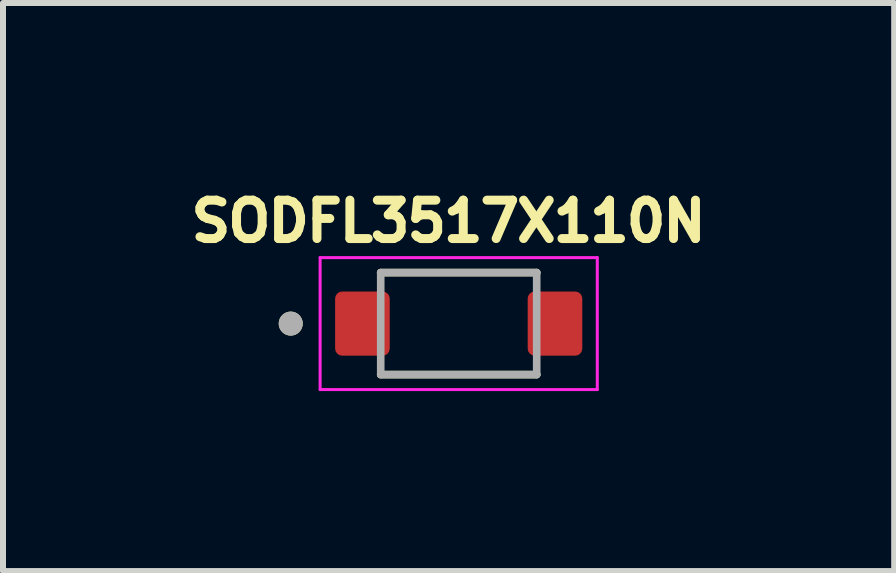
<source format=kicad_pcb>
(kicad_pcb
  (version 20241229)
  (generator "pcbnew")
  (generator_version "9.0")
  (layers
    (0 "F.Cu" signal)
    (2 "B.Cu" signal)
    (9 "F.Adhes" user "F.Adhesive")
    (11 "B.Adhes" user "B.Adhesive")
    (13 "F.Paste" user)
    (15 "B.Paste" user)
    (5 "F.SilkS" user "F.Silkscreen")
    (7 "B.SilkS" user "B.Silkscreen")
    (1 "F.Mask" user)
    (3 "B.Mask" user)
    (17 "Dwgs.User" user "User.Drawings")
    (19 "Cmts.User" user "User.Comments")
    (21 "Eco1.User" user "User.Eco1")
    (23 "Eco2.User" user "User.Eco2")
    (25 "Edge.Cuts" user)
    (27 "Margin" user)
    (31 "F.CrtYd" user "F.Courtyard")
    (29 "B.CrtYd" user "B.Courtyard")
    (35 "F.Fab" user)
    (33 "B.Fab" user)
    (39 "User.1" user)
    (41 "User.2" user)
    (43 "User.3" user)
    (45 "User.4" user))
  (footprint "SODFL3517X110N"
    (layer "F.Cu")
    (at 4.596 2.344)
    (property "Reference" "SODFL3517X110N" (at -0.168 -1.706 0) (layer "F.SilkS") (effects (font (size 0.64 0.64) (thickness 0.15))))
    (attr through_hole)
    (fp_line (start -1.3 -0.85) (end 1.3 -0.85) (stroke (width 0.127) (type solid)) (layer "F.SilkS"))
    (fp_line (start -1.3 0.85) (end 1.3 0.85) (stroke (width 0.127) (type solid)) (layer "F.SilkS"))
    (fp_circle (center -2.8 0) (end -2.7 0) (stroke (width 0.2) (type solid)) (fill no) (layer "F.SilkS"))
    (fp_line (start -2.31 -1.1) (end -2.31 1.1) (stroke (width 0.05) (type solid)) (layer "F.CrtYd"))
    (fp_line (start -2.31 1.1) (end 2.31 1.1) (stroke (width 0.05) (type solid)) (layer "F.CrtYd"))
    (fp_line (start 2.31 -1.1) (end -2.31 -1.1) (stroke (width 0.05) (type solid)) (layer "F.CrtYd"))
    (fp_line (start 2.31 1.1) (end 2.31 -1.1) (stroke (width 0.05) (type solid)) (layer "F.CrtYd"))
    (fp_line (start -1.3 -0.85) (end 1.3 -0.85) (stroke (width 0.127) (type solid)) (layer "F.Fab"))
    (fp_line (start -1.3 0.85) (end -1.3 -0.85) (stroke (width 0.127) (type solid)) (layer "F.Fab"))
    (fp_line (start 1.3 -0.85) (end 1.3 0.85) (stroke (width 0.127) (type solid)) (layer "F.Fab"))
    (fp_line (start 1.3 0.85) (end -1.3 0.85) (stroke (width 0.127) (type solid)) (layer "F.Fab"))
    (fp_circle (center -2.8 0) (end -2.7 0) (stroke (width 0.2) (type solid)) (fill no) (layer "F.Fab"))
    (pad "A" smd roundrect (at 1.605 0) (size 0.91 1.07) (layers "F.Cu" "F.Mask" "F.Paste") (roundrect_rratio 0.13))
    (pad "C" smd roundrect (at -1.605 0) (size 0.91 1.07) (layers "F.Cu" "F.Mask" "F.Paste") (roundrect_rratio 0.13)))
  (gr_rect
    (start -3 -3)
    (end 11.855 6.469)
    (stroke (width 0.1) (type default))
    (fill no)
    (layer "Edge.Cuts")))
</source>
